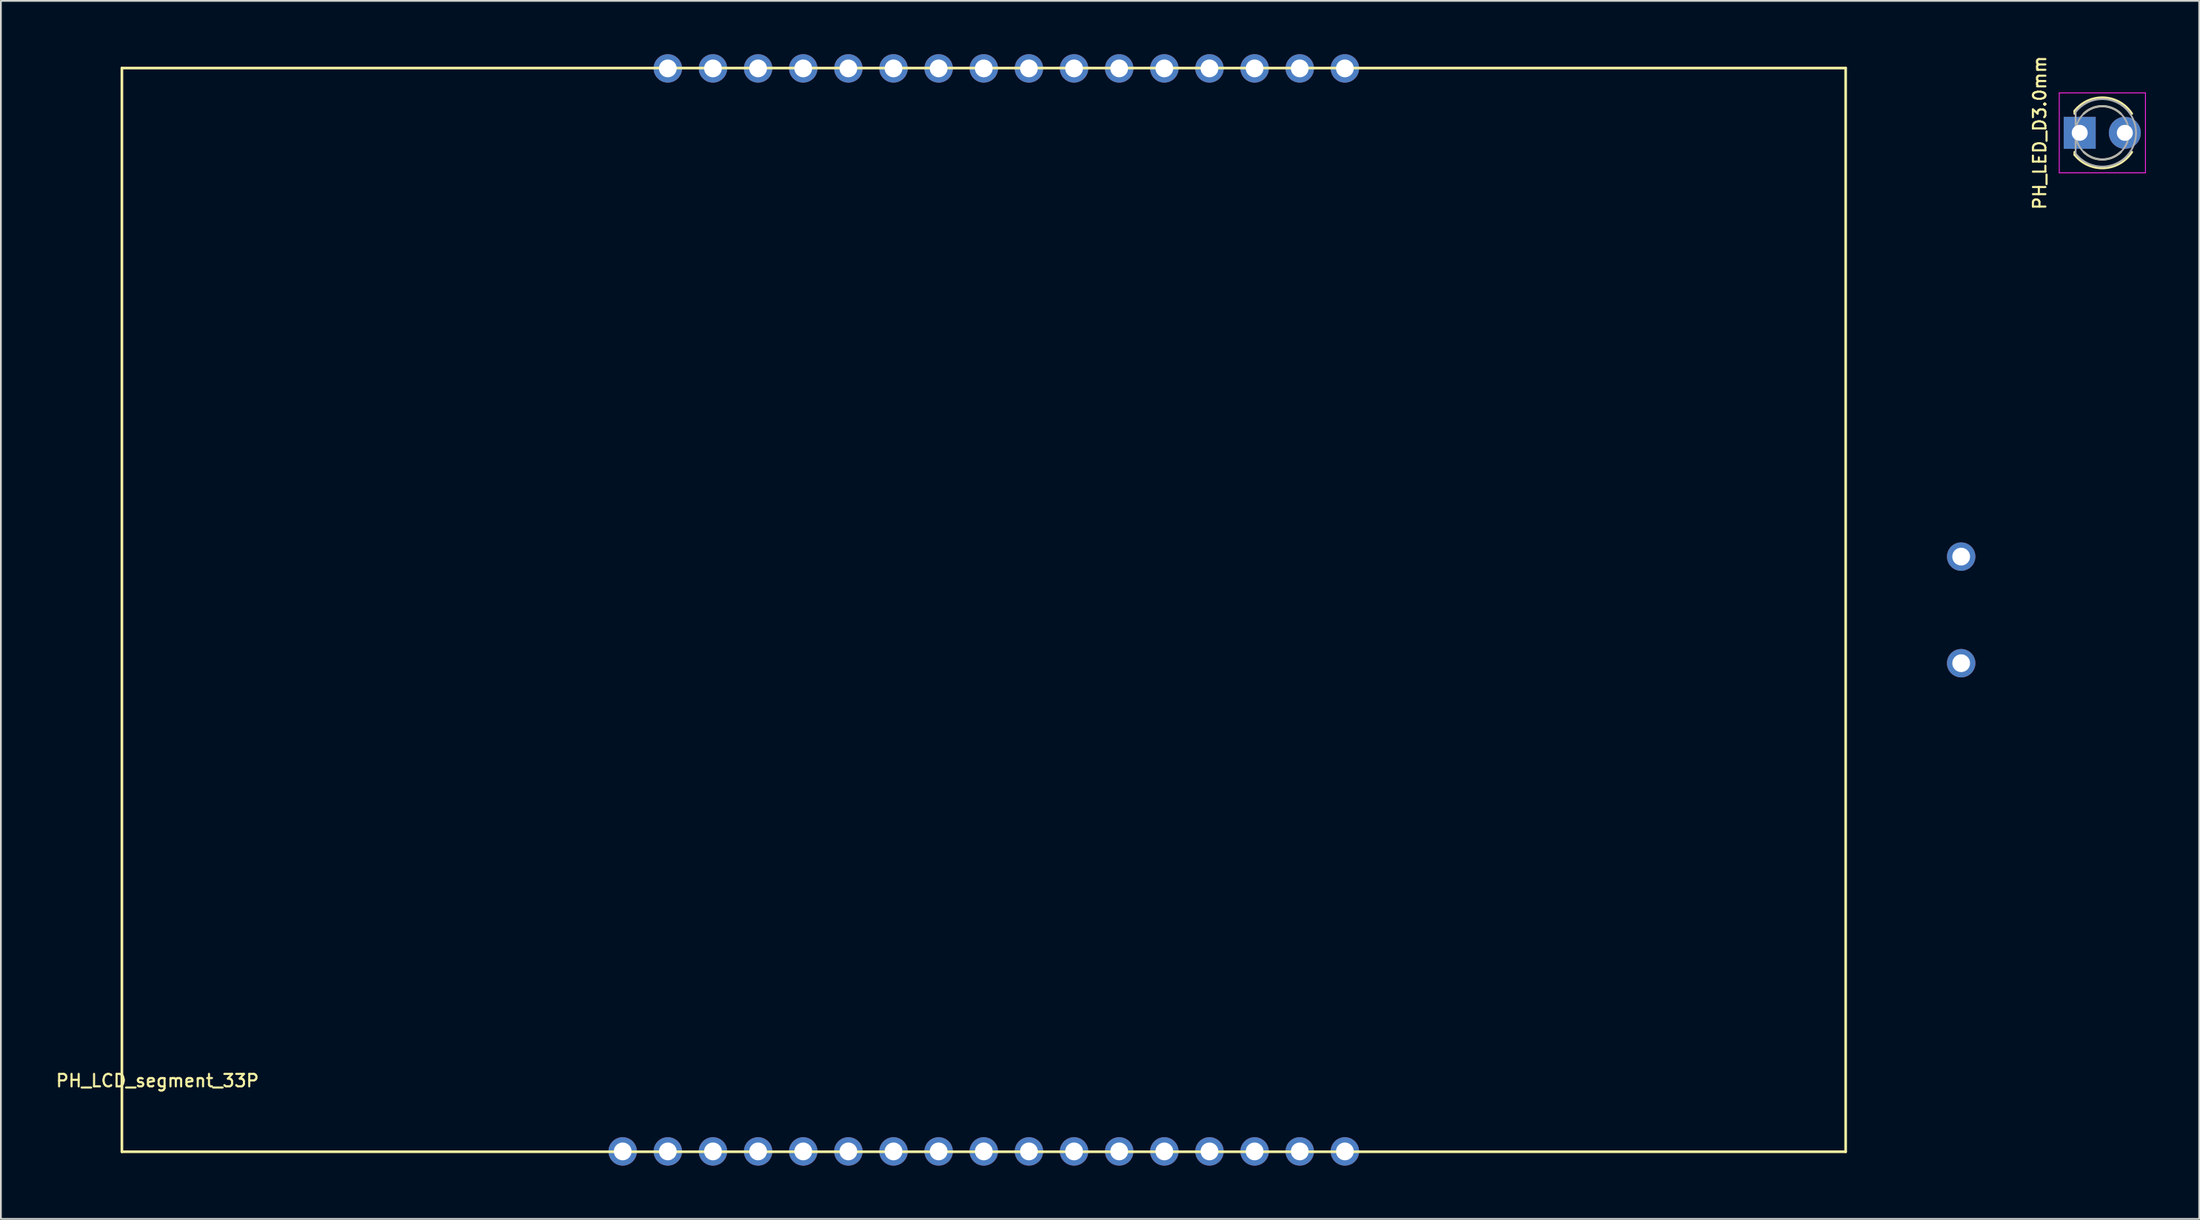
<source format=kicad_pcb>
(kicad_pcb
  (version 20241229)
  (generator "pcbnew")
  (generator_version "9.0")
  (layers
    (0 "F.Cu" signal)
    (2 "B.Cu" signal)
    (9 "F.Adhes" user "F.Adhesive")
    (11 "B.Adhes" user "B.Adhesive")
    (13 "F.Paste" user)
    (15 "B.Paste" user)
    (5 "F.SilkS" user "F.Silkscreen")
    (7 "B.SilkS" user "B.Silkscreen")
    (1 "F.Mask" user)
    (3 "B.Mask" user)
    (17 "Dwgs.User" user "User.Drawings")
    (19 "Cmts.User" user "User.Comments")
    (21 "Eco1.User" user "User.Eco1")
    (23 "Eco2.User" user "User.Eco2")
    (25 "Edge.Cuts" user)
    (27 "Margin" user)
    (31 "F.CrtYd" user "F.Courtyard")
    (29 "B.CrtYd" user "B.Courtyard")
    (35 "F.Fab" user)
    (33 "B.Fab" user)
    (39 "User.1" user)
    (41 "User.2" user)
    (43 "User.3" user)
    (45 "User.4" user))
  (footprint "PH_LED_D3.0mm"
    (layer "F.Cu")
    (at 115.23 4.427)
    (property "Reference" "PH_LED_D3.0mm" (at -3.5 0 90) (layer "F.SilkS") (effects (font (size 0.7 0.7) (thickness 0.12))))
    (attr through_hole)
    (fp_line (start -1.54 -1.236) (end -1.54 -1.08) (stroke (width 0.12) (type solid)) (layer "F.SilkS"))
    (fp_line (start -1.54 1.08) (end -1.54 1.236) (stroke (width 0.12) (type solid)) (layer "F.SilkS"))
    (fp_arc (start -1.54 -1.235516) (mid 0.116487 -1.987659) (end 1.692335 -1.078608) (stroke (width 0.12) (type solid)) (layer "F.SilkS"))
    (fp_arc (start -1.020961 -1.08) (mid 0.020117 -1.5) (end 1.06113 -1.079837) (stroke (width 0.12) (type solid)) (layer "F.SilkS"))
    (fp_arc (start 1.06113 1.079837) (mid 0.020117 1.5) (end -1.020961 1.08) (stroke (width 0.12) (type solid)) (layer "F.SilkS"))
    (fp_arc (start 1.692335 1.078608) (mid 0.116487 1.987659) (end -1.54 1.235516) (stroke (width 0.12) (type solid)) (layer "F.SilkS"))
    (fp_line (start -2.4 -2.25) (end -2.4 2.25) (stroke (width 0.05) (type solid)) (layer "F.CrtYd"))
    (fp_line (start -2.4 2.25) (end 2.45 2.25) (stroke (width 0.05) (type solid)) (layer "F.CrtYd"))
    (fp_line (start 2.45 -2.25) (end -2.4 -2.25) (stroke (width 0.05) (type solid)) (layer "F.CrtYd"))
    (fp_line (start 2.45 2.25) (end 2.45 -2.25) (stroke (width 0.05) (type solid)) (layer "F.CrtYd"))
    (fp_line (start -1.48 -1.166) (end -1.48 1.166) (stroke (width 0.1) (type solid)) (layer "F.Fab"))
    (fp_arc (start -1.48 -1.16619) (mid 1.92 0.000452) (end -1.480555 1.165476) (stroke (width 0.1) (type solid)) (layer "F.Fab"))
    (fp_circle (center 0.02 0) (end 1.52 0) (stroke (width 0.1) (type solid)) (fill no) (layer "F.Fab"))
    (pad "1" thru_hole rect (at -1.25 0) (size 1.8 1.8) (drill 0.9) (layers "*.Cu" "B.Mask"))
    (pad "2" thru_hole circle (at 1.29 0) (size 1.8 1.8) (drill 0.9) (layers "*.Cu" "B.Mask")))
  (footprint "PH_LCD_segment_33P"
    (layer "F.Cu")
    (at 52.31 31.28)
    (property "Reference" "PH_LCD_segment_33P" (at -46.5 26.5 0) (layer "F.SilkS") (effects (font (size 0.7 0.7) (thickness 0.12))))
    (attr through_hole)
    (fp_line (start -48.5 -30.5) (end -48.5 30.5) (stroke (width 0.15) (type solid)) (layer "F.SilkS"))
    (fp_line (start -48.5 30.5) (end 48.5 30.5) (stroke (width 0.15) (type solid)) (layer "F.SilkS"))
    (fp_line (start 48.5 -30.5) (end -48.5 -30.5) (stroke (width 0.15) (type solid)) (layer "F.SilkS"))
    (fp_line (start 48.5 30.5) (end 48.5 -30.5) (stroke (width 0.15) (type solid)) (layer "F.SilkS"))
    (pad "1" thru_hole circle (at -20.32 30.48) (size 1.6 1.6) (drill 1) (layers "*.Cu" "*.Mask"))
    (pad "2" thru_hole circle (at -17.78 30.48) (size 1.6 1.6) (drill 1) (layers "*.Cu" "*.Mask"))
    (pad "3" thru_hole circle (at -15.24 30.48) (size 1.6 1.6) (drill 1) (layers "*.Cu" "*.Mask"))
    (pad "4" thru_hole circle (at -12.7 30.48) (size 1.6 1.6) (drill 1) (layers "*.Cu" "*.Mask"))
    (pad "5" thru_hole circle (at -10.16 30.48) (size 1.6 1.6) (drill 1) (layers "*.Cu" "*.Mask"))
    (pad "6" thru_hole circle (at -7.62 30.48) (size 1.6 1.6) (drill 1) (layers "*.Cu" "*.Mask"))
    (pad "7" thru_hole circle (at -5.08 30.48) (size 1.6 1.6) (drill 1) (layers "*.Cu" "*.Mask"))
    (pad "8" thru_hole circle (at -2.54 30.48) (size 1.6 1.6) (drill 1) (layers "*.Cu" "*.Mask"))
    (pad "9" thru_hole circle (at 0 30.48) (size 1.6 1.6) (drill 1) (layers "*.Cu" "*.Mask"))
    (pad "10" thru_hole circle (at 2.54 30.48) (size 1.6 1.6) (drill 1) (layers "*.Cu" "*.Mask"))
    (pad "11" thru_hole circle (at 5.08 30.48) (size 1.6 1.6) (drill 1) (layers "*.Cu" "*.Mask"))
    (pad "12" thru_hole circle (at 7.62 30.48) (size 1.6 1.6) (drill 1) (layers "*.Cu" "*.Mask"))
    (pad "13" thru_hole circle (at 10.16 30.48) (size 1.6 1.6) (drill 1) (layers "*.Cu" "*.Mask"))
    (pad "14" thru_hole circle (at 12.7 30.48) (size 1.6 1.6) (drill 1) (layers "*.Cu" "*.Mask"))
    (pad "15" thru_hole circle (at 15.24 30.48) (size 1.6 1.6) (drill 1) (layers "*.Cu" "*.Mask"))
    (pad "16" thru_hole circle (at 17.78 30.48) (size 1.6 1.6) (drill 1) (layers "*.Cu" "*.Mask"))
    (pad "17" thru_hole circle (at 20.32 30.48) (size 1.6 1.6) (drill 1) (layers "*.Cu" "*.Mask"))
    (pad "18" thru_hole circle (at 20.32 -30.48) (size 1.6 1.6) (drill 1) (layers "*.Cu" "*.Mask"))
    (pad "19" thru_hole circle (at 17.78 -30.48) (size 1.6 1.6) (drill 1) (layers "*.Cu" "*.Mask"))
    (pad "20" thru_hole circle (at 15.24 -30.48) (size 1.6 1.6) (drill 1) (layers "*.Cu" "*.Mask"))
    (pad "21" thru_hole circle (at 12.7 -30.48) (size 1.6 1.6) (drill 1) (layers "*.Cu" "*.Mask"))
    (pad "22" thru_hole circle (at 10.16 -30.48) (size 1.6 1.6) (drill 1) (layers "*.Cu" "*.Mask"))
    (pad "23" thru_hole circle (at 7.62 -30.48) (size 1.6 1.6) (drill 1) (layers "*.Cu" "*.Mask"))
    (pad "24" thru_hole circle (at 5.08 -30.48) (size 1.6 1.6) (drill 1) (layers "*.Cu" "*.Mask"))
    (pad "25" thru_hole circle (at 2.54 -30.48) (size 1.6 1.6) (drill 1) (layers "*.Cu" "*.Mask"))
    (pad "26" thru_hole circle (at 0 -30.48) (size 1.6 1.6) (drill 1) (layers "*.Cu" "*.Mask"))
    (pad "27" thru_hole circle (at -2.54 -30.48) (size 1.6 1.6) (drill 1) (layers "*.Cu" "*.Mask"))
    (pad "28" thru_hole circle (at -5.08 -30.48) (size 1.6 1.6) (drill 1) (layers "*.Cu" "*.Mask"))
    (pad "29" thru_hole circle (at -7.62 -30.48) (size 1.6 1.6) (drill 1) (layers "*.Cu" "*.Mask"))
    (pad "30" thru_hole circle (at -10.16 -30.48) (size 1.6 1.6) (drill 1) (layers "*.Cu" "*.Mask"))
    (pad "31" thru_hole circle (at -12.7 -30.48) (size 1.6 1.6) (drill 1) (layers "*.Cu" "*.Mask"))
    (pad "32" thru_hole circle (at -15.24 -30.48) (size 1.6 1.6) (drill 1) (layers "*.Cu" "*.Mask"))
    (pad "33" thru_hole circle (at -17.78 -30.48) (size 1.6 1.6) (drill 1) (layers "*.Cu" "*.Mask"))
    (pad "34" thru_hole circle (at 55 -3) (size 1.6 1.6) (drill 1) (layers "*.Cu" "*.Mask"))
    (pad "35" thru_hole circle (at 55 3) (size 1.6 1.6) (drill 1) (layers "*.Cu" "*.Mask")))
  (gr_rect
    (start -3 -3)
    (end 120.705 65.56)
    (stroke (width 0.1) (type default))
    (fill no)
    (layer "Edge.Cuts")))
</source>
